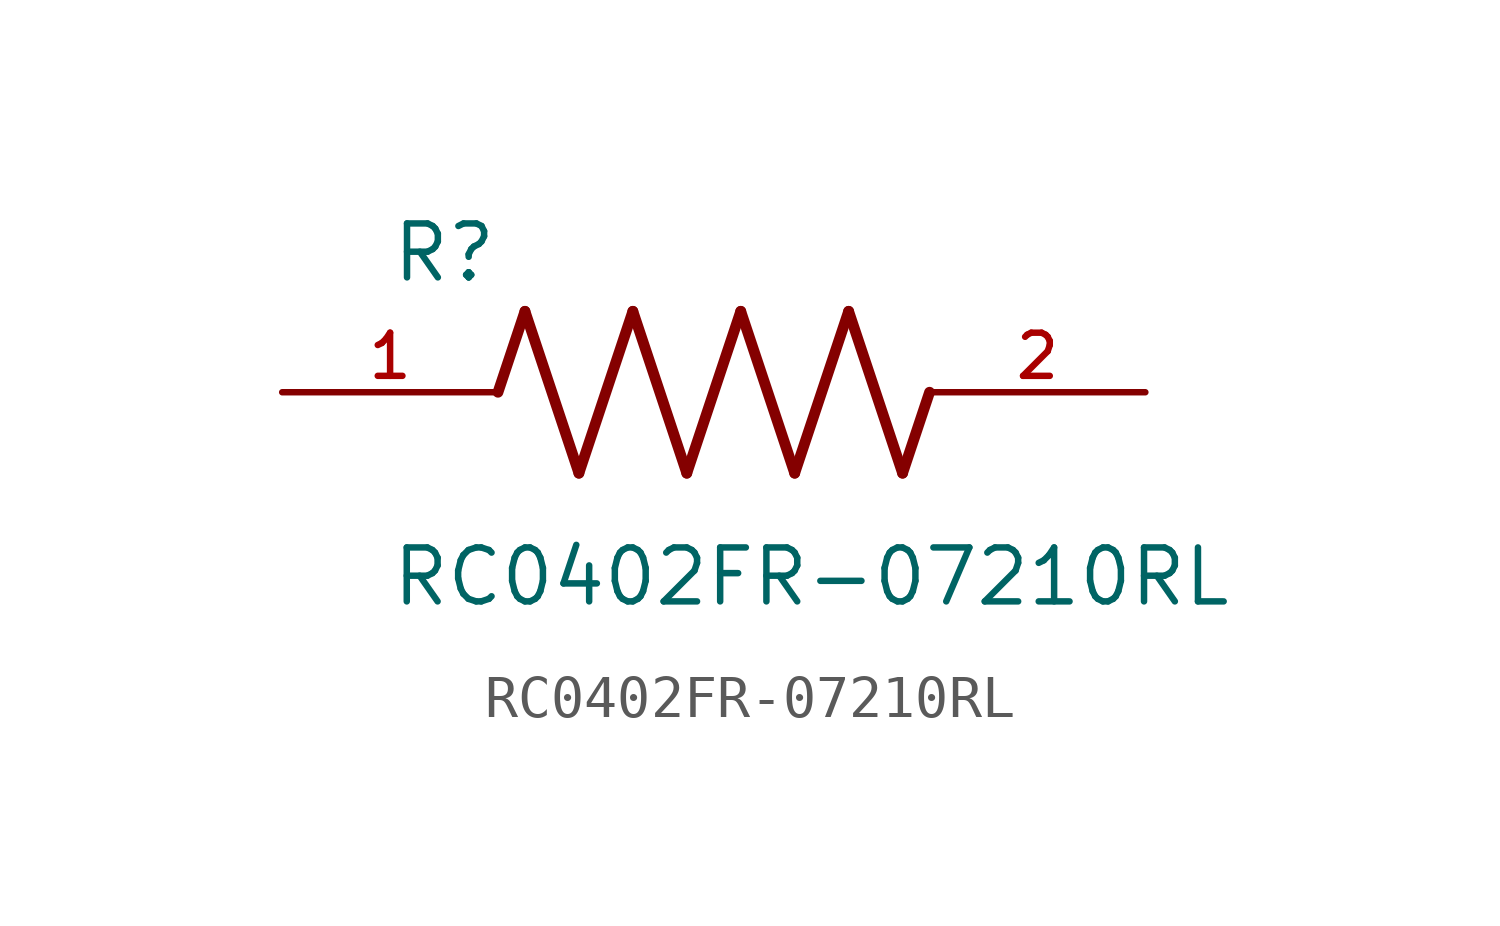
<source format=kicad_sym>
(kicad_symbol_lib
  (version 20211014)
  (generator kicad_symbol_editor)
  (symbol "RC0402FR-07210RL"
    (pin_names
      (offset 1.016))
    (property "Reference" "R"
      (at -7.624 2.541 0)
      (effects (font (size 1.27 1.27)) (justify bottom left)))
    (property "Value" "RC0402FR-07210RL"
      (at -7.63 -5.087 0)
      (effects (font (size 1.27 1.27)) (justify bottom left)))
    (symbol "RC0402FR-07210RL_0_0"
      (polyline (pts (xy -5.08 0.0) (xy -4.445 1.905)) (stroke (width 0.254)))
      (polyline (pts (xy -4.445 1.905) (xy -3.175 -1.905)) (stroke (width 0.254)))
      (polyline (pts (xy -3.175 -1.905) (xy -1.905 1.905)) (stroke (width 0.254)))
      (polyline (pts (xy -1.905 1.905) (xy -0.635 -1.905)) (stroke (width 0.254)))
      (polyline (pts (xy -0.635 -1.905) (xy 0.635 1.905)) (stroke (width 0.254)))
      (polyline (pts (xy 0.635 1.905) (xy 1.905 -1.905)) (stroke (width 0.254)))
      (polyline (pts (xy 1.905 -1.905) (xy 3.175 1.905)) (stroke (width 0.254)))
      (polyline (pts (xy 3.175 1.905) (xy 4.445 -1.905)) (stroke (width 0.254)))
      (polyline (pts (xy 4.445 -1.905) (xy 5.08 0.0)) (stroke (width 0.254)))
      (pin passive line (at -10.16 0.0 0) (length 5.08) (name "~" (effects (font (size 1.016 1.016)))) (number "1" (effects (font (size 1.016 1.016)))))
      (pin passive line (at 10.16 0.0 180.0) (length 5.08) (name "~" (effects (font (size 1.016 1.016)))) (number "2" (effects (font (size 1.016 1.016))))))))
</source>
